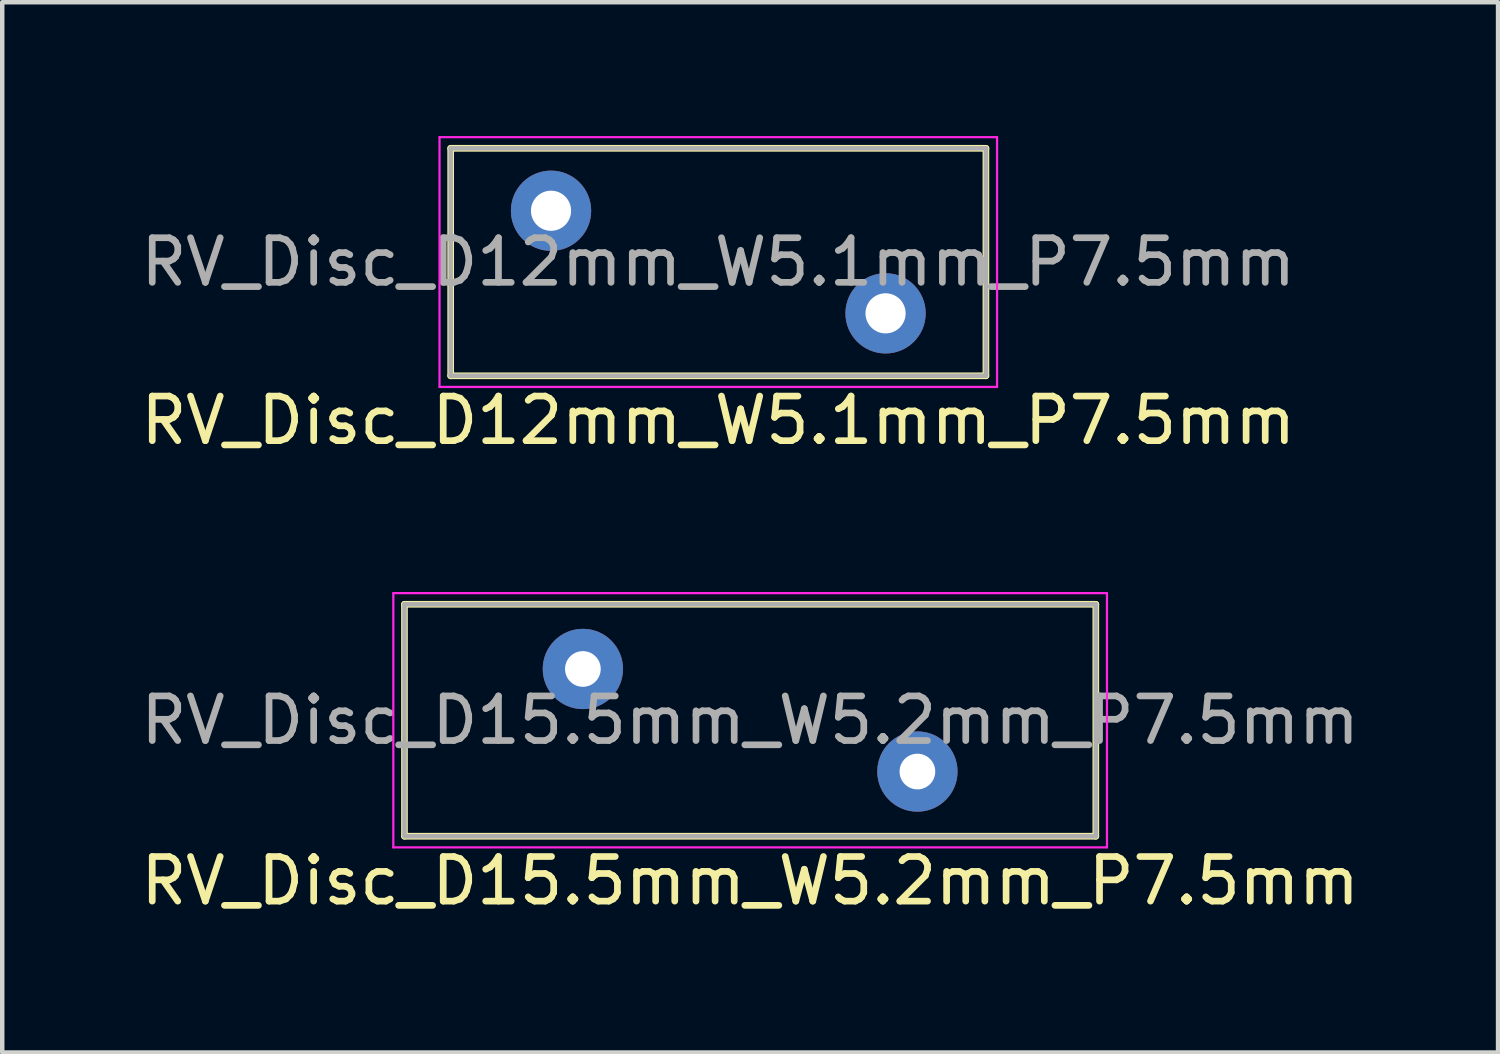
<source format=kicad_pcb>
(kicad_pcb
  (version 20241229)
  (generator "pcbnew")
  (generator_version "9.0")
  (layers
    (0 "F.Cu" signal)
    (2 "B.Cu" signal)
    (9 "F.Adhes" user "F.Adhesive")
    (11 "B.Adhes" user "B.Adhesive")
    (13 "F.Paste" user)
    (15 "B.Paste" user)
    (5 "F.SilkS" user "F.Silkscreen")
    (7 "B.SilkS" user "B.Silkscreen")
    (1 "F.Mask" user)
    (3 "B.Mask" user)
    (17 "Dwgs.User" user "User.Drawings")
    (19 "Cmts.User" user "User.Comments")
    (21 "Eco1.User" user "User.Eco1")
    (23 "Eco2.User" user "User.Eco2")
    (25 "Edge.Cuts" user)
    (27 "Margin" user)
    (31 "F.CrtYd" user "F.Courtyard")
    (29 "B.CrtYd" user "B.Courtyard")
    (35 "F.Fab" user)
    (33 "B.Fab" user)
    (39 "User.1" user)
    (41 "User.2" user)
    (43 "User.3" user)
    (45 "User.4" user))
  (footprint "RV_Disc_D12mm_W5.1mm_P7.5mm"
    (layer "F.Cu")
    (at 9.304 1.675)
    (property "Reference" "RV_Disc_D12mm_W5.1mm_P7.5mm" (at 3.75 4.7 0) (layer "F.SilkS") (effects (font (size 1 1) (thickness 0.15))))
    (attr through_hole)
    (fp_line (start -2.25 -1.4) (end -2.25 3.7) (stroke (width 0.15) (type solid)) (layer "F.SilkS"))
    (fp_line (start -2.25 -1.4) (end 9.75 -1.4) (stroke (width 0.15) (type solid)) (layer "F.SilkS"))
    (fp_line (start -2.25 3.7) (end 9.75 3.7) (stroke (width 0.15) (type solid)) (layer "F.SilkS"))
    (fp_line (start 9.75 -1.4) (end 9.75 3.7) (stroke (width 0.15) (type solid)) (layer "F.SilkS"))
    (fp_line (start -2.5 -1.65) (end -2.5 3.95) (stroke (width 0.05) (type solid)) (layer "F.CrtYd"))
    (fp_line (start -2.5 -1.65) (end 10 -1.65) (stroke (width 0.05) (type solid)) (layer "F.CrtYd"))
    (fp_line (start -2.5 3.95) (end 10 3.95) (stroke (width 0.05) (type solid)) (layer "F.CrtYd"))
    (fp_line (start 10 -1.65) (end 10 3.95) (stroke (width 0.05) (type solid)) (layer "F.CrtYd"))
    (fp_line (start -2.25 -1.4) (end -2.25 3.7) (stroke (width 0.1) (type solid)) (layer "F.Fab"))
    (fp_line (start -2.25 -1.4) (end 9.75 -1.4) (stroke (width 0.1) (type solid)) (layer "F.Fab"))
    (fp_line (start -2.25 3.7) (end 9.75 3.7) (stroke (width 0.1) (type solid)) (layer "F.Fab"))
    (fp_line (start 9.75 -1.4) (end 9.75 3.7) (stroke (width 0.1) (type solid)) (layer "F.Fab"))
    (fp_text user "${REFERENCE}" (at 3.75 1.15 0) (layer "F.Fab") (effects (font (size 1 1) (thickness 0.15))))
    (pad "1" thru_hole circle (at 0 0) (size 1.8 1.8) (drill 0.9) (layers "*.Cu" "*.Mask"))
    (pad "2" thru_hole circle (at 7.5 2.3) (size 1.8 1.8) (drill 0.9) (layers "*.Cu" "*.Mask")))
  (footprint "RV_Disc_D15.5mm_W5.2mm_P7.5mm"
    (layer "F.Cu")
    (at 10.018 11.948)
    (property "Reference" "RV_Disc_D15.5mm_W5.2mm_P7.5mm" (at 3.75 4.75 0) (layer "F.SilkS") (effects (font (size 1 1) (thickness 0.15))))
    (attr through_hole)
    (fp_line (start -4 -1.45) (end -4 3.75) (stroke (width 0.15) (type solid)) (layer "F.SilkS"))
    (fp_line (start -4 -1.45) (end 11.5 -1.45) (stroke (width 0.15) (type solid)) (layer "F.SilkS"))
    (fp_line (start -4 3.75) (end 11.5 3.75) (stroke (width 0.15) (type solid)) (layer "F.SilkS"))
    (fp_line (start 11.5 -1.45) (end 11.5 3.75) (stroke (width 0.15) (type solid)) (layer "F.SilkS"))
    (fp_line (start -4.25 -1.7) (end -4.25 4) (stroke (width 0.05) (type solid)) (layer "F.CrtYd"))
    (fp_line (start -4.25 -1.7) (end 11.75 -1.7) (stroke (width 0.05) (type solid)) (layer "F.CrtYd"))
    (fp_line (start -4.25 4) (end 11.75 4) (stroke (width 0.05) (type solid)) (layer "F.CrtYd"))
    (fp_line (start 11.75 -1.7) (end 11.75 4) (stroke (width 0.05) (type solid)) (layer "F.CrtYd"))
    (fp_line (start -4 -1.45) (end -4 3.75) (stroke (width 0.1) (type solid)) (layer "F.Fab"))
    (fp_line (start -4 -1.45) (end 11.5 -1.45) (stroke (width 0.1) (type solid)) (layer "F.Fab"))
    (fp_line (start -4 3.75) (end 11.5 3.75) (stroke (width 0.1) (type solid)) (layer "F.Fab"))
    (fp_line (start 11.5 -1.45) (end 11.5 3.75) (stroke (width 0.1) (type solid)) (layer "F.Fab"))
    (fp_text user "${REFERENCE}" (at 3.75 1.15 0) (layer "F.Fab") (effects (font (size 1 1) (thickness 0.15))))
    (pad "1" thru_hole circle (at 0 0) (size 1.8 1.8) (drill 0.8) (layers "*.Cu" "*.Mask"))
    (pad "2" thru_hole circle (at 7.5 2.3) (size 1.8 1.8) (drill 0.8) (layers "*.Cu" "*.Mask")))
  (gr_rect
    (start -3 -3)
    (end 30.536 20.547)
    (stroke (width 0.1) (type default))
    (fill no)
    (layer "Edge.Cuts")))
</source>
